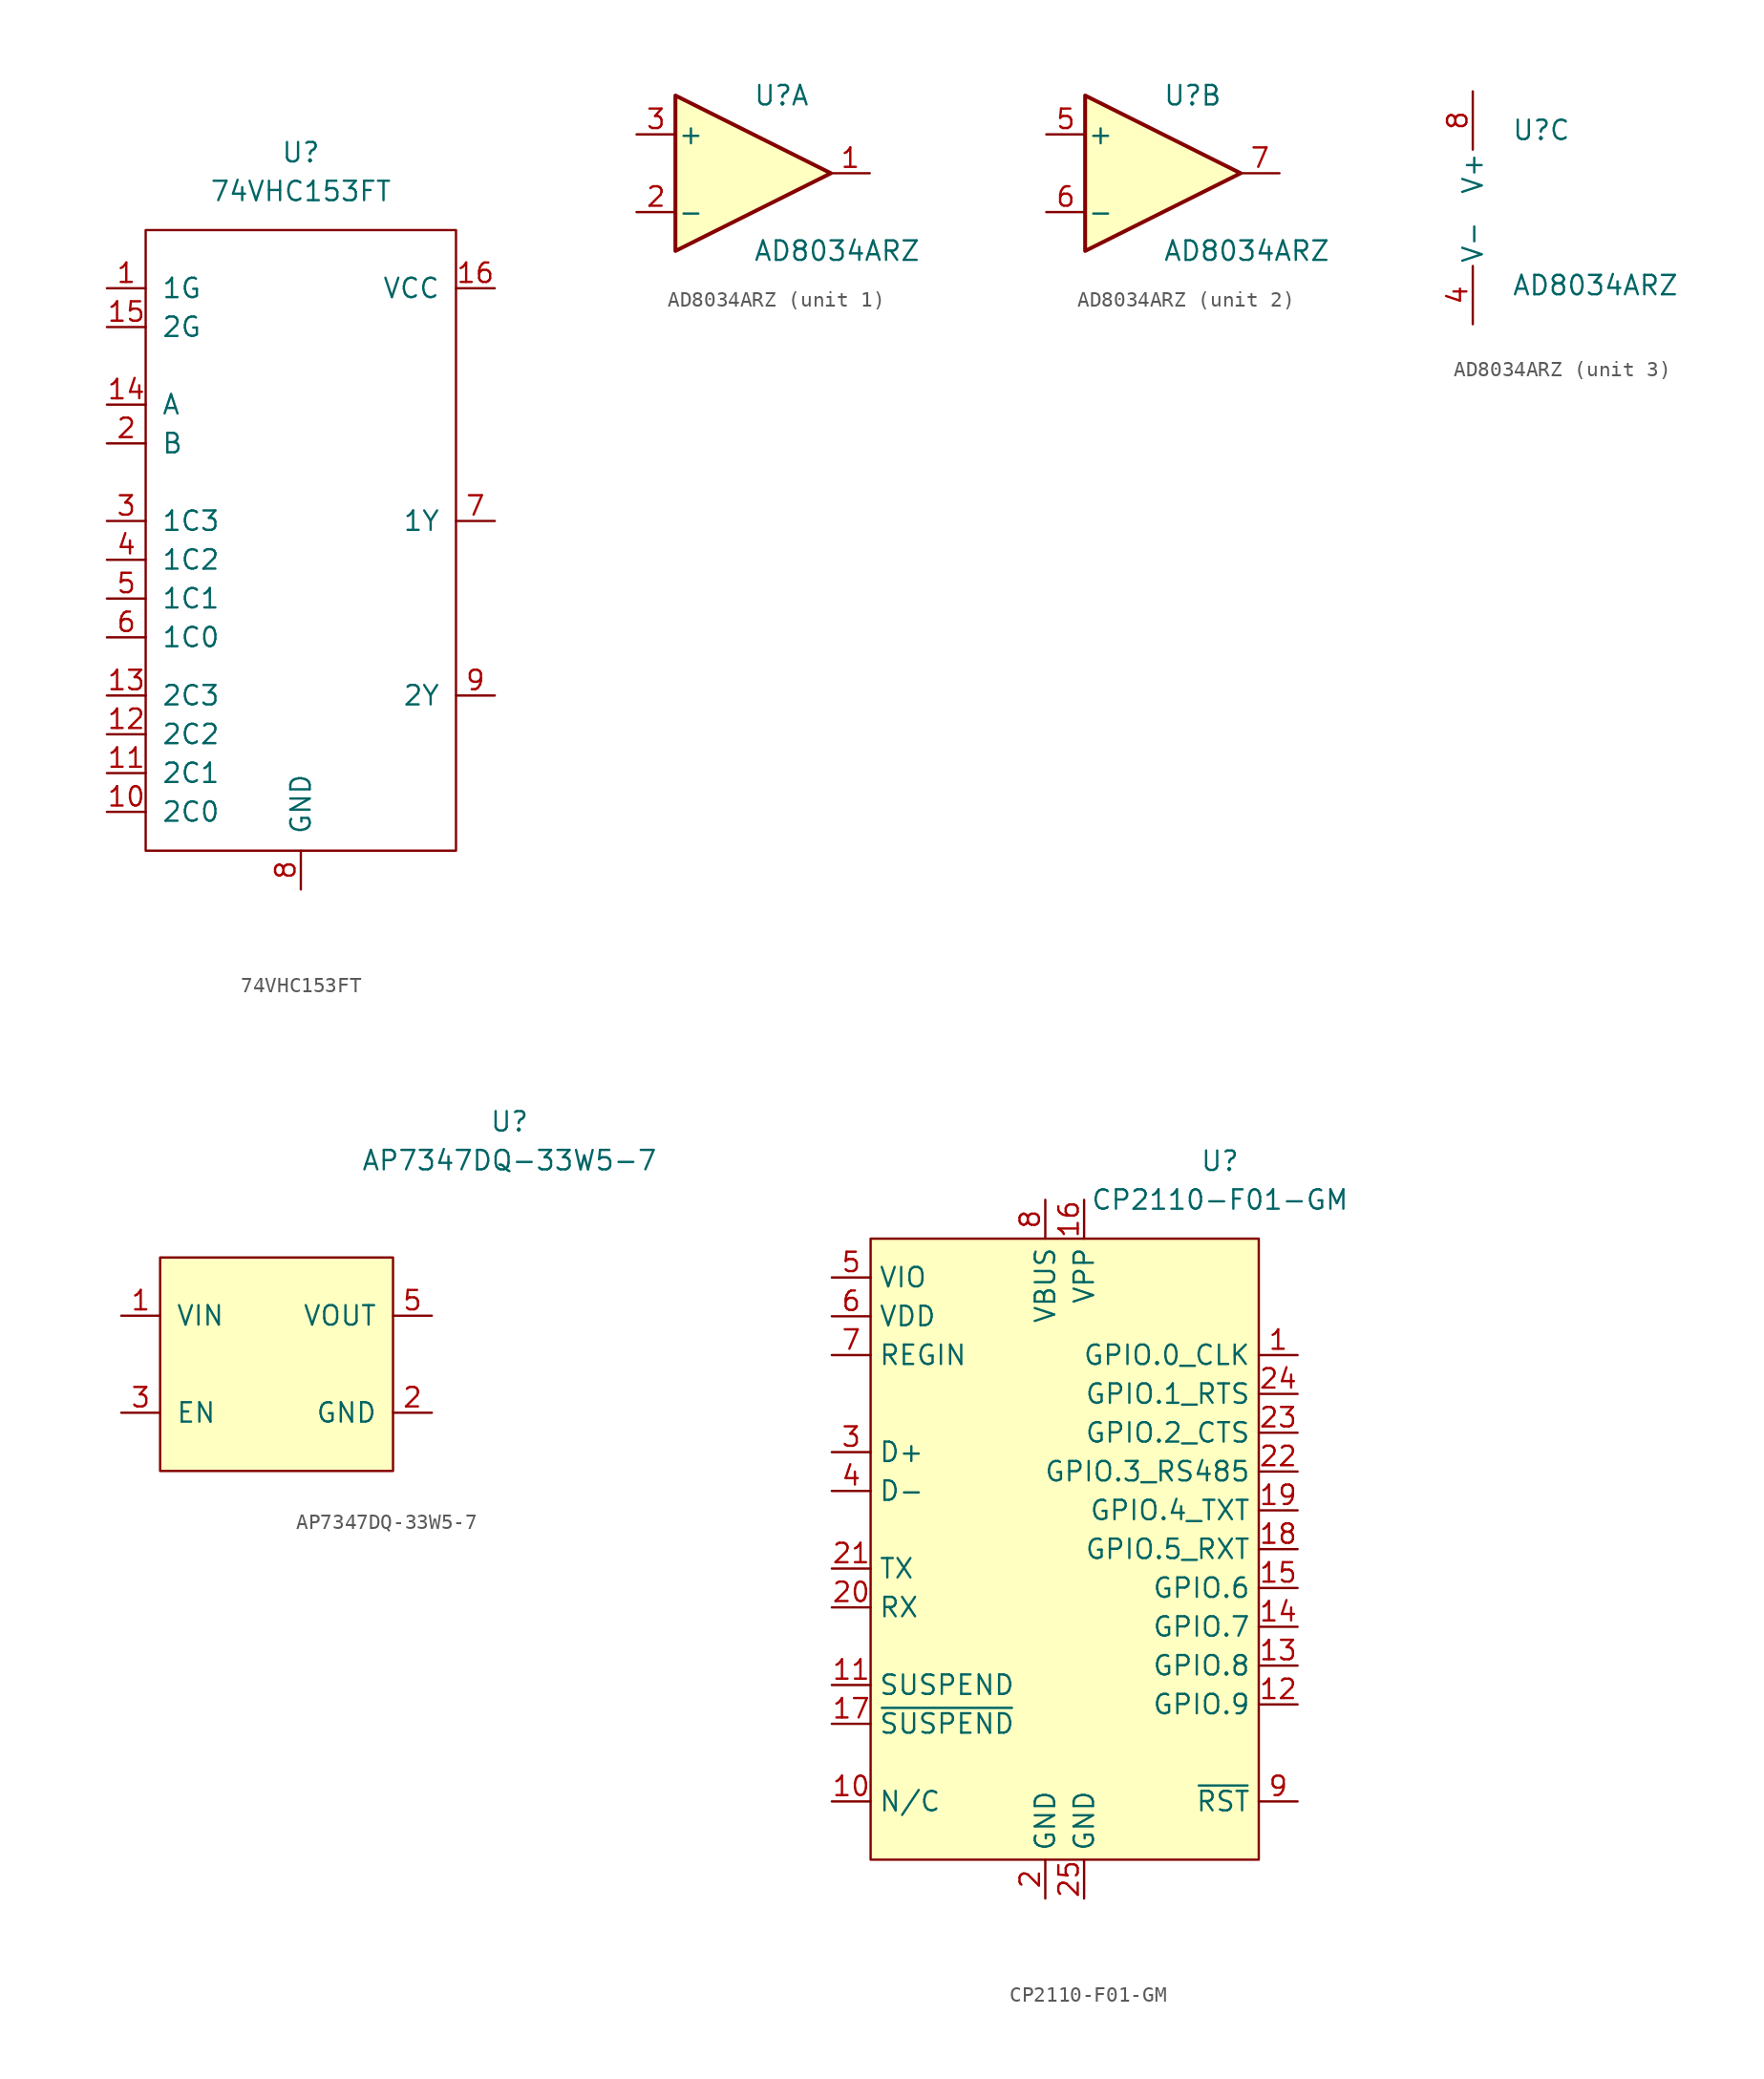
<source format=kicad_sym>
(kicad_symbol_lib
  (version 20211014)
  (generator kicad_symbol_editor)
  (symbol "74VHC153FT"
    (pin_names
      (offset 1.016))
    (property "Reference" "U"
      (at 0 17.78 0)
      (effects (font (size 1.27 1.27))))
    (property "Value" "74VHC153FT"
      (at 0 15.24 0)
      (effects (font (size 1.27 1.27))))
    (symbol "74VHC153FT_0_1"
      (rectangle (start -10.16 12.7) (end 10.16 -27.94) (stroke (width 0) (type default) (color 0 0 0 0)) (fill (type none))))
    (symbol "74VHC153FT_1_1"
      (pin input line (at -12.7 8.89 0) (length 2.54) (name "1G" (effects (font (size 1.27 1.27)))) (number "1" (effects (font (size 1.27 1.27)))))
      (pin input line (at -12.7 -25.4 0) (length 2.54) (name "2C0" (effects (font (size 1.27 1.27)))) (number "10" (effects (font (size 1.27 1.27)))))
      (pin input line (at -12.7 -22.86 0) (length 2.54) (name "2C1" (effects (font (size 1.27 1.27)))) (number "11" (effects (font (size 1.27 1.27)))))
      (pin input line (at -12.7 -20.32 0) (length 2.54) (name "2C2" (effects (font (size 1.27 1.27)))) (number "12" (effects (font (size 1.27 1.27)))))
      (pin input line (at -12.7 -17.78 0) (length 2.54) (name "2C3" (effects (font (size 1.27 1.27)))) (number "13" (effects (font (size 1.27 1.27)))))
      (pin input line (at -12.7 1.27 0) (length 2.54) (name "A" (effects (font (size 1.27 1.27)))) (number "14" (effects (font (size 1.27 1.27)))))
      (pin input line (at -12.7 6.35 0) (length 2.54) (name "2G" (effects (font (size 1.27 1.27)))) (number "15" (effects (font (size 1.27 1.27)))))
      (pin power_in line (at 12.7 8.89 180) (length 2.54) (name "VCC" (effects (font (size 1.27 1.27)))) (number "16" (effects (font (size 1.27 1.27)))))
      (pin input line (at -12.7 -1.27 0) (length 2.54) (name "B" (effects (font (size 1.27 1.27)))) (number "2" (effects (font (size 1.27 1.27)))))
      (pin input line (at -12.7 -6.35 0) (length 2.54) (name "1C3" (effects (font (size 1.27 1.27)))) (number "3" (effects (font (size 1.27 1.27)))))
      (pin input line (at -12.7 -8.89 0) (length 2.54) (name "1C2" (effects (font (size 1.27 1.27)))) (number "4" (effects (font (size 1.27 1.27)))))
      (pin input line (at -12.7 -11.43 0) (length 2.54) (name "1C1" (effects (font (size 1.27 1.27)))) (number "5" (effects (font (size 1.27 1.27)))))
      (pin input line (at -12.7 -13.97 0) (length 2.54) (name "1C0" (effects (font (size 1.27 1.27)))) (number "6" (effects (font (size 1.27 1.27)))))
      (pin output line (at 12.7 -6.35 180) (length 2.54) (name "1Y" (effects (font (size 1.27 1.27)))) (number "7" (effects (font (size 1.27 1.27)))))
      (pin power_in line (at 0 -30.48 90) (length 2.54) (name "GND" (effects (font (size 1.27 1.27)))) (number "8" (effects (font (size 1.27 1.27)))))
      (pin output line (at 12.7 -17.78 180) (length 2.54) (name "2Y" (effects (font (size 1.27 1.27)))) (number "9" (effects (font (size 1.27 1.27)))))))
  (symbol "AD8034ARZ"
    (pin_names
      (offset 0.127))
    (property "Reference" "U"
      (at 0 5.08 0)
      (effects (font (size 1.27 1.27)) (justify left)))
    (property "Value" "AD8034ARZ"
      (at 0 -5.08 0)
      (effects (font (size 1.27 1.27)) (justify left)))
    (property "ki_locked" ""
      (at 0 0 0)
      (effects (font (size 1.27 1.27))))
    (symbol "AD8034ARZ_1_1"
      (polyline (pts (xy -5.08 5.08) (xy 5.08 0) (xy -5.08 -5.08) (xy -5.08 5.08)) (stroke (width 0.254) (type default) (color 0 0 0 0)) (fill (type background)))
      (pin output line (at 7.62 0 180) (length 2.54) (name "~" (effects (font (size 1.27 1.27)))) (number "1" (effects (font (size 1.27 1.27)))))
      (pin input line (at -7.62 -2.54 0) (length 2.54) (name "-" (effects (font (size 1.27 1.27)))) (number "2" (effects (font (size 1.27 1.27)))))
      (pin input line (at -7.62 2.54 0) (length 2.54) (name "+" (effects (font (size 1.27 1.27)))) (number "3" (effects (font (size 1.27 1.27))))))
    (symbol "AD8034ARZ_2_1"
      (polyline (pts (xy -5.08 5.08) (xy 5.08 0) (xy -5.08 -5.08) (xy -5.08 5.08)) (stroke (width 0.254) (type default) (color 0 0 0 0)) (fill (type background)))
      (pin input line (at -7.62 2.54 0) (length 2.54) (name "+" (effects (font (size 1.27 1.27)))) (number "5" (effects (font (size 1.27 1.27)))))
      (pin input line (at -7.62 -2.54 0) (length 2.54) (name "-" (effects (font (size 1.27 1.27)))) (number "6" (effects (font (size 1.27 1.27)))))
      (pin output line (at 7.62 0 180) (length 2.54) (name "~" (effects (font (size 1.27 1.27)))) (number "7" (effects (font (size 1.27 1.27))))))
    (symbol "AD8034ARZ_3_1"
      (pin power_in line (at -2.54 -7.62 90) (length 3.81) (name "V-" (effects (font (size 1.27 1.27)))) (number "4" (effects (font (size 1.27 1.27)))))
      (pin power_in line (at -2.54 7.62 270) (length 3.81) (name "V+" (effects (font (size 1.27 1.27)))) (number "8" (effects (font (size 1.27 1.27)))))))
  (symbol "AP7347DQ-33W5-7"
    (pin_names
      (offset 1.016))
    (property "Reference" "U"
      (at 15.24 22.86 0)
      (effects (font (size 1.27 1.27))))
    (property "Value" "AP7347DQ-33W5-7"
      (at 15.24 20.32 0)
      (effects (font (size 1.27 1.27))))
    (symbol "AP7347DQ-33W5-7_0_1"
      (rectangle (start -7.62 13.97) (end 7.62 0) (stroke (width 0) (type default) (color 0 0 0 0)) (fill (type background))))
    (symbol "AP7347DQ-33W5-7_1_1"
      (pin power_in line (at -10.16 10.16 0) (length 2.54) (name "VIN" (effects (font (size 1.27 1.27)))) (number "1" (effects (font (size 1.27 1.27)))))
      (pin power_out line (at 10.16 3.81 180) (length 2.54) (name "GND" (effects (font (size 1.27 1.27)))) (number "2" (effects (font (size 1.27 1.27)))))
      (pin input line (at -10.16 3.81 0) (length 2.54) (name "EN" (effects (font (size 1.27 1.27)))) (number "3" (effects (font (size 1.27 1.27)))))
      (pin power_out line (at 10.16 10.16 180) (length 2.54) (name "VOUT" (effects (font (size 1.27 1.27)))) (number "5" (effects (font (size 1.27 1.27)))))))
  (symbol "CP2110-F01-GM"
    (property "Reference" "U"
      (at 10.16 16.51 0)
      (effects (font (size 1.27 1.27))))
    (property "Value" "CP2110-F01-GM"
      (at 10.16 13.97 0)
      (effects (font (size 1.27 1.27))))
    (symbol "CP2110-F01-GM_0_1"
      (rectangle (start -12.7 11.43) (end 12.7 -29.21) (stroke (width 0) (type default) (color 0 0 0 0)) (fill (type background))))
    (symbol "CP2110-F01-GM_1_1"
      (pin bidirectional line (at 15.24 3.81 180) (length 2.54) (name "GPIO.0_CLK" (effects (font (size 1.27 1.27)))) (number "1" (effects (font (size 1.27 1.27)))))
      (pin free line (at -15.24 -25.4 0) (length 2.54) (name "N/C" (effects (font (size 1.27 1.27)))) (number "10" (effects (font (size 1.27 1.27)))))
      (pin input line (at -15.24 -17.78 0) (length 2.54) (name "SUSPEND" (effects (font (size 1.27 1.27)))) (number "11" (effects (font (size 1.27 1.27)))))
      (pin bidirectional line (at 15.24 -19.05 180) (length 2.54) (name "GPIO.9" (effects (font (size 1.27 1.27)))) (number "12" (effects (font (size 1.27 1.27)))))
      (pin bidirectional line (at 15.24 -16.51 180) (length 2.54) (name "GPIO.8" (effects (font (size 1.27 1.27)))) (number "13" (effects (font (size 1.27 1.27)))))
      (pin bidirectional line (at 15.24 -13.97 180) (length 2.54) (name "GPIO.7" (effects (font (size 1.27 1.27)))) (number "14" (effects (font (size 1.27 1.27)))))
      (pin bidirectional line (at 15.24 -11.43 180) (length 2.54) (name "GPIO.6" (effects (font (size 1.27 1.27)))) (number "15" (effects (font (size 1.27 1.27)))))
      (pin power_in line (at 1.27 13.97 270) (length 2.54) (name "VPP" (effects (font (size 1.27 1.27)))) (number "16" (effects (font (size 1.27 1.27)))))
      (pin input line (at -15.24 -20.32 0) (length 2.54) (name "~{SUSPEND}" (effects (font (size 1.27 1.27)))) (number "17" (effects (font (size 1.27 1.27)))))
      (pin bidirectional line (at 15.24 -8.89 180) (length 2.54) (name "GPIO.5_RXT" (effects (font (size 1.27 1.27)))) (number "18" (effects (font (size 1.27 1.27)))))
      (pin bidirectional line (at 15.24 -6.35 180) (length 2.54) (name "GPIO.4_TXT" (effects (font (size 1.27 1.27)))) (number "19" (effects (font (size 1.27 1.27)))))
      (pin power_out line (at -1.27 -31.75 90) (length 2.54) (name "GND" (effects (font (size 1.27 1.27)))) (number "2" (effects (font (size 1.27 1.27)))))
      (pin input line (at -15.24 -12.7 0) (length 2.54) (name "RX" (effects (font (size 1.27 1.27)))) (number "20" (effects (font (size 1.27 1.27)))))
      (pin output line (at -15.24 -10.16 0) (length 2.54) (name "TX" (effects (font (size 1.27 1.27)))) (number "21" (effects (font (size 1.27 1.27)))))
      (pin bidirectional line (at 15.24 -3.81 180) (length 2.54) (name "GPIO.3_RS485" (effects (font (size 1.27 1.27)))) (number "22" (effects (font (size 1.27 1.27)))))
      (pin bidirectional line (at 15.24 -1.27 180) (length 2.54) (name "GPIO.2_CTS" (effects (font (size 1.27 1.27)))) (number "23" (effects (font (size 1.27 1.27)))))
      (pin bidirectional line (at 15.24 1.27 180) (length 2.54) (name "GPIO.1_RTS" (effects (font (size 1.27 1.27)))) (number "24" (effects (font (size 1.27 1.27)))))
      (pin power_out line (at 1.27 -31.75 90) (length 2.54) (name "GND" (effects (font (size 1.27 1.27)))) (number "25" (effects (font (size 1.27 1.27)))))
      (pin bidirectional line (at -15.24 -2.54 0) (length 2.54) (name "D+" (effects (font (size 1.27 1.27)))) (number "3" (effects (font (size 1.27 1.27)))))
      (pin bidirectional line (at -15.24 -5.08 0) (length 2.54) (name "D-" (effects (font (size 1.27 1.27)))) (number "4" (effects (font (size 1.27 1.27)))))
      (pin power_in line (at -15.24 8.89 0) (length 2.54) (name "VIO" (effects (font (size 1.27 1.27)))) (number "5" (effects (font (size 1.27 1.27)))))
      (pin power_in line (at -15.24 6.35 0) (length 2.54) (name "VDD" (effects (font (size 1.27 1.27)))) (number "6" (effects (font (size 1.27 1.27)))))
      (pin power_in line (at -15.24 3.81 0) (length 2.54) (name "REGIN" (effects (font (size 1.27 1.27)))) (number "7" (effects (font (size 1.27 1.27)))))
      (pin power_in line (at -1.27 13.97 270) (length 2.54) (name "VBUS" (effects (font (size 1.27 1.27)))) (number "8" (effects (font (size 1.27 1.27)))))
      (pin input line (at 15.24 -25.4 180) (length 2.54) (name "~{RST}" (effects (font (size 1.27 1.27)))) (number "9" (effects (font (size 1.27 1.27))))))))
</source>
